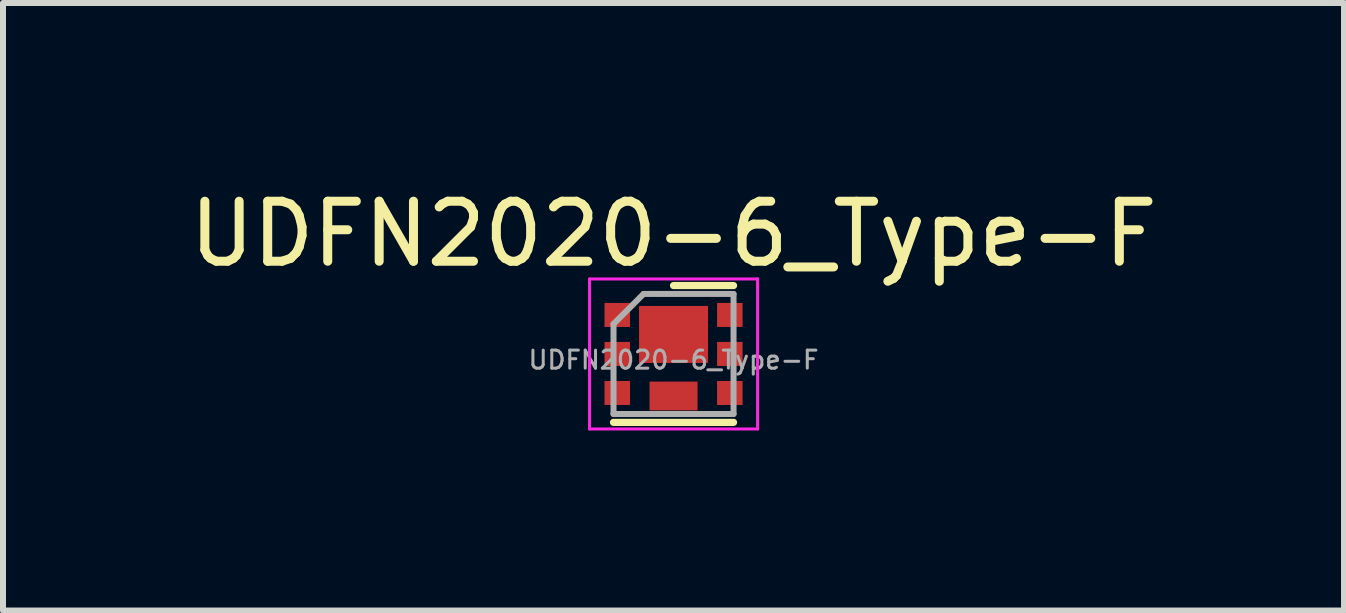
<source format=kicad_pcb>
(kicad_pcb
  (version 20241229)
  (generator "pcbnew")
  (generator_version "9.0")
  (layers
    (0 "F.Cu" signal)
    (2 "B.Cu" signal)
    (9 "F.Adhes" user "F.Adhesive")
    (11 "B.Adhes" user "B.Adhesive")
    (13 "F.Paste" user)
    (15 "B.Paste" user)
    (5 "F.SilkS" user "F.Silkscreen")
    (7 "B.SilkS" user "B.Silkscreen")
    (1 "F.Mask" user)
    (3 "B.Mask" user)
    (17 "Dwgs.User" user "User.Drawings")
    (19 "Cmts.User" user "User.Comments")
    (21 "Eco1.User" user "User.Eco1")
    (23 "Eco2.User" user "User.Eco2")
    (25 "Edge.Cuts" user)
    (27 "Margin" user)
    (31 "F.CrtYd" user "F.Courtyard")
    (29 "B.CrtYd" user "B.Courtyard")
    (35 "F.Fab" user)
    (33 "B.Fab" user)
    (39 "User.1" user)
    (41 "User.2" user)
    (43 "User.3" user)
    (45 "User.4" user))
  (footprint "UDFN2020-6_Type-F"
    (layer "F.Cu")
    (at 8.173 2.848)
    (property "Reference" "UDFN2020-6_Type-F" (at 0 -2 0) (layer "F.SilkS") (effects (font (size 1 1) (thickness 0.15))))
    (attr smd)
    (fp_line (start 1 -1.14) (end 0 -1.14) (stroke (width 0.12) (type solid)) (layer "F.SilkS"))
    (fp_line (start 1 1.14) (end -1 1.14) (stroke (width 0.12) (type solid)) (layer "F.SilkS"))
    (fp_line (start -1.4 -1.25) (end -1.4 1.25) (stroke (width 0.05) (type solid)) (layer "F.CrtYd"))
    (fp_line (start -1.4 1.25) (end 1.4 1.25) (stroke (width 0.05) (type solid)) (layer "F.CrtYd"))
    (fp_line (start 1.4 -1.25) (end -1.4 -1.25) (stroke (width 0.05) (type solid)) (layer "F.CrtYd"))
    (fp_line (start 1.4 1.25) (end 1.4 -1.25) (stroke (width 0.05) (type solid)) (layer "F.CrtYd"))
    (fp_line (start -1 1) (end -1 -0.5) (stroke (width 0.1) (type solid)) (layer "F.Fab"))
    (fp_line (start -0.5 -1) (end -1 -0.5) (stroke (width 0.1) (type solid)) (layer "F.Fab"))
    (fp_line (start -0.5 -1) (end 1 -1) (stroke (width 0.1) (type solid)) (layer "F.Fab"))
    (fp_line (start 1 -1) (end 1 1) (stroke (width 0.1) (type solid)) (layer "F.Fab"))
    (fp_line (start 1 1) (end -1 1) (stroke (width 0.1) (type solid)) (layer "F.Fab"))
    (fp_text user "${REFERENCE}" (at 0 0.1 0) (layer "F.Fab") (effects (font (size 0.3 0.3) (thickness 0.05))))
    (pad "1" smd rect (at -0.938 -0.65) (size 0.425 0.4) (layers "F.Cu" "F.Mask" "F.Paste"))
    (pad "2" smd rect (at -0.938 0) (size 0.425 0.4) (layers "F.Cu" "F.Mask" "F.Paste"))
    (pad "3" smd rect (at -0.938 0.65) (size 0.425 0.4) (layers "F.Cu" "F.Mask" "F.Paste"))
    (pad "4" smd rect (at 0.938 0.65) (size 0.425 0.4) (layers "F.Cu" "F.Mask" "F.Paste"))
    (pad "5" smd rect (at 0.938 0) (size 0.425 0.4) (layers "F.Cu" "F.Mask" "F.Paste"))
    (pad "6" smd rect (at 0.938 -0.65) (size 0.425 0.4) (layers "F.Cu" "F.Mask" "F.Paste"))
    (pad "7" smd rect (at 0 -0.325) (size 1.15 0.95) (layers "F.Cu" "F.Mask" "F.Paste"))
    (pad "8" smd rect (at 0 0.7) (size 0.8 0.48) (layers "F.Cu" "F.Mask" "F.Paste")))
  (gr_rect
    (start -3 -3)
    (end 19.345 7.123)
    (stroke (width 0.1) (type default))
    (fill no)
    (layer "Edge.Cuts")))
</source>
